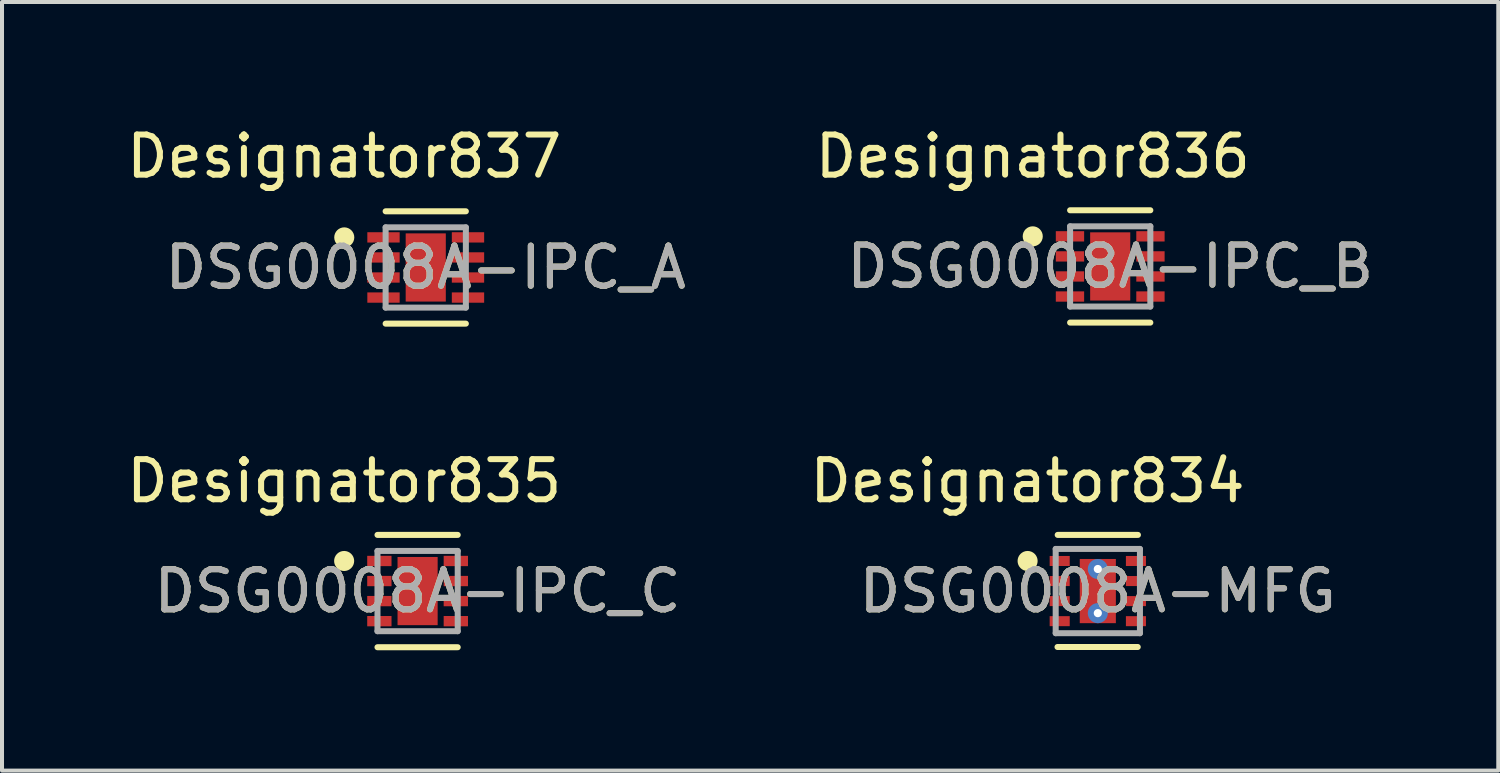
<source format=kicad_pcb>
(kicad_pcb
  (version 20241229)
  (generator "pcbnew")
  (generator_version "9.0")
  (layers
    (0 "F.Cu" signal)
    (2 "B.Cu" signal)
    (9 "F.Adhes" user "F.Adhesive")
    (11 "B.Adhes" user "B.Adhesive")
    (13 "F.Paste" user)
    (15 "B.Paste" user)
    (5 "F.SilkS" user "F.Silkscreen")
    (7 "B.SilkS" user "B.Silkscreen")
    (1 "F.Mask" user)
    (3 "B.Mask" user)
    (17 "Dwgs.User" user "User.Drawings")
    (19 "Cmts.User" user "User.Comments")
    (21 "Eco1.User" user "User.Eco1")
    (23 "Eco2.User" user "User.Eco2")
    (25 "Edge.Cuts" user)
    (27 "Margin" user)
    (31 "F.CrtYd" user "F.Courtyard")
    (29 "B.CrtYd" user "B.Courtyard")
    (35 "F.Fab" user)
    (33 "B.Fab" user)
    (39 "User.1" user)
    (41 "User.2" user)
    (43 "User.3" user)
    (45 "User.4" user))
  (footprint "DSG0008A-MFG"
    (layer "F.Cu")
    (at 24.314 11.683)
    (property "Reference" "DSG0008A-MFG" (at 0 0 0) (unlocked yes) (layer "F.SilkS") (effects (font (size 1 1) (thickness 0.15))))
    (attr smd)
    (fp_line (start -1.005 1.394) (end 0.995 1.394) (stroke (width 0.15) (type solid)) (layer "F.SilkS"))
    (fp_line (start -1 -1.4) (end 1 -1.4) (stroke (width 0.15) (type solid)) (layer "F.SilkS"))
    (fp_circle (center -1.75 -0.75) (end -1.625 -0.75) (stroke (width 0.25) (type solid)) (fill no) (layer "F.SilkS"))
    (fp_poly (pts (xy -0.45 -0.75) (xy -0.4 -0.8) (xy 0.4 -0.8) (xy 0.45 -0.75) (xy 0.45 -0.15) (xy 0.4 -0.1) (xy -0.4 -0.1) (xy -0.45 -0.15)) (stroke (width 0) (type solid)) (fill yes) (layer "F.Paste"))
    (fp_poly (pts (xy -0.45 0.15) (xy -0.4 0.1) (xy 0.4 0.1) (xy 0.45 0.15) (xy 0.45 0.75) (xy 0.4 0.8) (xy -0.4 0.8) (xy -0.45 0.75)) (stroke (width 0) (type solid)) (fill yes) (layer "F.Paste"))
    (fp_line (start -1.05 -1.05) (end 1.05 -1.05) (stroke (width 0.15) (type solid)) (layer "F.Fab"))
    (fp_line (start -1.05 1.05) (end -1.05 -1.05) (stroke (width 0.15) (type solid)) (layer "F.Fab"))
    (fp_line (start -1.05 1.05) (end 1.05 1.05) (stroke (width 0.15) (type solid)) (layer "F.Fab"))
    (fp_line (start 1.05 1.05) (end 1.05 -1.05) (stroke (width 0.15) (type solid)) (layer "F.Fab"))
    (fp_text user "Designator834" (at -1.753 -2.743 0) (unlocked yes) (layer "F.SilkS") (effects (font (size 1 1) (thickness 0.15))))
    (fp_text user "${REFERENCE}" (at 0 0 0) (unlocked yes) (layer "F.Fab") (effects (font (size 1 1) (thickness 0.15))))
    (pad "1" smd rect (at -0.95 -0.75) (size 0.5 0.25) (layers "F.Cu" "F.Mask" "F.Paste"))
    (pad "2" smd rect (at -0.95 -0.25) (size 0.5 0.25) (layers "F.Cu" "F.Mask" "F.Paste"))
    (pad "3" smd rect (at -0.95 0.25) (size 0.5 0.25) (layers "F.Cu" "F.Mask" "F.Paste"))
    (pad "4" smd rect (at -0.95 0.75) (size 0.5 0.25) (layers "F.Cu" "F.Mask" "F.Paste"))
    (pad "5" smd rect (at 0.95 0.75) (size 0.5 0.25) (layers "F.Cu" "F.Mask" "F.Paste"))
    (pad "6" smd rect (at 0.95 0.25) (size 0.5 0.25) (layers "F.Cu" "F.Mask" "F.Paste"))
    (pad "7" smd rect (at 0.95 -0.25) (size 0.5 0.25) (layers "F.Cu" "F.Mask" "F.Paste"))
    (pad "8" smd rect (at 0.95 -0.75) (size 0.5 0.25) (layers "F.Cu" "F.Mask" "F.Paste"))
    (pad "9" smd rect (at 0 0) (size 0.9 1.6) (layers "F.Cu" "F.Mask"))
    (pad "10" thru_hole circle (at 0 0.55) (size 0.5 0.5) (drill 0.203) (layers "*.Cu" "*.Mask"))
    (pad "11" thru_hole circle (at 0 -0.55) (size 0.5 0.5) (drill 0.203) (layers "*.Cu" "*.Mask")))
  (footprint "DSG0008A-IPC_A"
    (layer "F.Cu")
    (at 7.562 3.617)
    (property "Reference" "DSG0008A-IPC_A" (at 0 0 0) (unlocked yes) (layer "F.SilkS") (effects (font (size 1 1) (thickness 0.15))))
    (attr smd)
    (fp_line (start -1 -1.4) (end 1 -1.4) (stroke (width 0.15) (type solid)) (layer "F.SilkS"))
    (fp_line (start -1 1.4) (end 1 1.4) (stroke (width 0.15) (type solid)) (layer "F.SilkS"))
    (fp_circle (center -2.031 -0.75) (end -1.906 -0.75) (stroke (width 0.25) (type solid)) (fill no) (layer "F.SilkS"))
    (fp_poly (pts (xy -0.273 0.623) (xy 0.273 0.623) (xy 0.273 -0.623) (xy -0.273 -0.623)) (stroke (width 0) (type solid)) (fill yes) (layer "F.Paste"))
    (fp_line (start -1 -1) (end 1 -1) (stroke (width 0.15) (type solid)) (layer "F.Fab"))
    (fp_line (start -1 1) (end -1 -1) (stroke (width 0.15) (type solid)) (layer "F.Fab"))
    (fp_line (start -1 1) (end 1 1) (stroke (width 0.15) (type solid)) (layer "F.Fab"))
    (fp_line (start 1 1) (end 1 -1) (stroke (width 0.15) (type solid)) (layer "F.Fab"))
    (fp_text user "Designator837" (at -2.032 -2.769 0) (unlocked yes) (layer "F.SilkS") (effects (font (size 1 1) (thickness 0.15))))
    (fp_text user "${REFERENCE}" (at 0 0 0) (unlocked yes) (layer "F.Fab") (effects (font (size 1 1) (thickness 0.15))))
    (pad "1" smd rect (at -1.053 -0.75) (size 0.806 0.257) (layers "F.Cu" "F.Mask" "F.Paste"))
    (pad "2" smd rect (at -1.053 -0.25) (size 0.806 0.257) (layers "F.Cu" "F.Mask" "F.Paste"))
    (pad "3" smd rect (at -1.053 0.25) (size 0.806 0.257) (layers "F.Cu" "F.Mask" "F.Paste"))
    (pad "4" smd rect (at -1.053 0.75) (size 0.806 0.257) (layers "F.Cu" "F.Mask" "F.Paste"))
    (pad "5" smd rect (at 1.053 0.75) (size 0.806 0.257) (layers "F.Cu" "F.Mask" "F.Paste"))
    (pad "6" smd rect (at 1.053 0.25) (size 0.806 0.257) (layers "F.Cu" "F.Mask" "F.Paste"))
    (pad "7" smd rect (at 1.053 -0.25) (size 0.806 0.257) (layers "F.Cu" "F.Mask" "F.Paste"))
    (pad "8" smd rect (at 1.053 -0.75) (size 0.806 0.257) (layers "F.Cu" "F.Mask" "F.Paste"))
    (pad "9" smd rect (at 0 0) (size 1 1.7) (layers "F.Cu" "F.Mask")))
  (footprint "DSG0008A-IPC_B"
    (layer "F.Cu")
    (at 24.623 3.591)
    (property "Reference" "DSG0008A-IPC_B" (at 0 0 0) (unlocked yes) (layer "F.SilkS") (effects (font (size 1 1) (thickness 0.15))))
    (attr smd)
    (fp_line (start -1 -1.4) (end 1 -1.4) (stroke (width 0.15) (type solid)) (layer "F.SilkS"))
    (fp_line (start -1 1.4) (end 1 1.4) (stroke (width 0.15) (type solid)) (layer "F.SilkS"))
    (fp_circle (center -1.931 -0.75) (end -1.806 -0.75) (stroke (width 0.25) (type solid)) (fill no) (layer "F.SilkS"))
    (fp_poly (pts (xy -0.273 0.623) (xy 0.273 0.623) (xy 0.273 -0.623) (xy -0.273 -0.623)) (stroke (width 0) (type solid)) (fill yes) (layer "F.Paste"))
    (fp_line (start -1 -1) (end 1 -1) (stroke (width 0.15) (type solid)) (layer "F.Fab"))
    (fp_line (start -1 1) (end -1 -1) (stroke (width 0.15) (type solid)) (layer "F.Fab"))
    (fp_line (start -1 1) (end 1 1) (stroke (width 0.15) (type solid)) (layer "F.Fab"))
    (fp_line (start 1 1) (end 1 -1) (stroke (width 0.15) (type solid)) (layer "F.Fab"))
    (fp_text user "Designator836" (at -1.93 -2.743 0) (unlocked yes) (layer "F.SilkS") (effects (font (size 1 1) (thickness 0.15))))
    (fp_text user "${REFERENCE}" (at 0 0 0) (unlocked yes) (layer "F.Fab") (effects (font (size 1 1) (thickness 0.15))))
    (pad "1" smd rect (at -1.003 -0.75) (size 0.706 0.257) (layers "F.Cu" "F.Mask" "F.Paste"))
    (pad "2" smd rect (at -1.003 -0.25) (size 0.706 0.257) (layers "F.Cu" "F.Mask" "F.Paste"))
    (pad "3" smd rect (at -1.003 0.25) (size 0.706 0.257) (layers "F.Cu" "F.Mask" "F.Paste"))
    (pad "4" smd rect (at -1.003 0.75) (size 0.706 0.257) (layers "F.Cu" "F.Mask" "F.Paste"))
    (pad "5" smd rect (at 1.003 0.75) (size 0.706 0.257) (layers "F.Cu" "F.Mask" "F.Paste"))
    (pad "6" smd rect (at 1.003 0.25) (size 0.706 0.257) (layers "F.Cu" "F.Mask" "F.Paste"))
    (pad "7" smd rect (at 1.003 -0.25) (size 0.706 0.257) (layers "F.Cu" "F.Mask" "F.Paste"))
    (pad "8" smd rect (at 1.003 -0.75) (size 0.706 0.257) (layers "F.Cu" "F.Mask" "F.Paste"))
    (pad "9" smd rect (at 0 0) (size 1 1.7) (layers "F.Cu" "F.Mask")))
  (footprint "DSG0008A-IPC_C"
    (layer "F.Cu")
    (at 7.359 11.683)
    (property "Reference" "DSG0008A-IPC_C" (at 0 0 0) (unlocked yes) (layer "F.SilkS") (effects (font (size 1 1) (thickness 0.15))))
    (attr smd)
    (fp_line (start -1 -1.4) (end 1 -1.4) (stroke (width 0.15) (type solid)) (layer "F.SilkS"))
    (fp_line (start -1 1.4) (end 1 1.4) (stroke (width 0.15) (type solid)) (layer "F.SilkS"))
    (fp_circle (center -1.831 -0.75) (end -1.706 -0.75) (stroke (width 0.25) (type solid)) (fill no) (layer "F.SilkS"))
    (fp_poly (pts (xy -0.273 0.623) (xy 0.273 0.623) (xy 0.273 -0.623) (xy -0.273 -0.623)) (stroke (width 0) (type solid)) (fill yes) (layer "F.Paste"))
    (fp_line (start -1 -1) (end 1 -1) (stroke (width 0.15) (type solid)) (layer "F.Fab"))
    (fp_line (start -1 1) (end -1 -1) (stroke (width 0.15) (type solid)) (layer "F.Fab"))
    (fp_line (start -1 1) (end 1 1) (stroke (width 0.15) (type solid)) (layer "F.Fab"))
    (fp_line (start 1 1) (end 1 -1) (stroke (width 0.15) (type solid)) (layer "F.Fab"))
    (fp_text user "Designator835" (at -1.829 -2.743 0) (unlocked yes) (layer "F.SilkS") (effects (font (size 1 1) (thickness 0.15))))
    (fp_text user "${REFERENCE}" (at 0 0 0) (unlocked yes) (layer "F.Fab") (effects (font (size 1 1) (thickness 0.15))))
    (pad "1" smd rect (at -0.953 -0.75) (size 0.606 0.257) (layers "F.Cu" "F.Mask" "F.Paste"))
    (pad "2" smd rect (at -0.953 -0.25) (size 0.606 0.257) (layers "F.Cu" "F.Mask" "F.Paste"))
    (pad "3" smd rect (at -0.953 0.25) (size 0.606 0.257) (layers "F.Cu" "F.Mask" "F.Paste"))
    (pad "4" smd rect (at -0.953 0.75) (size 0.606 0.257) (layers "F.Cu" "F.Mask" "F.Paste"))
    (pad "5" smd rect (at 0.953 0.75) (size 0.606 0.257) (layers "F.Cu" "F.Mask" "F.Paste"))
    (pad "6" smd rect (at 0.953 0.25) (size 0.606 0.257) (layers "F.Cu" "F.Mask" "F.Paste"))
    (pad "7" smd rect (at 0.953 -0.25) (size 0.606 0.257) (layers "F.Cu" "F.Mask" "F.Paste"))
    (pad "8" smd rect (at 0.953 -0.75) (size 0.606 0.257) (layers "F.Cu" "F.Mask" "F.Paste"))
    (pad "9" smd rect (at 0 0) (size 1 1.7) (layers "F.Cu" "F.Mask")))
  (gr_rect
    (start -3 -3)
    (end 34.296 16.158)
    (stroke (width 0.1) (type default))
    (fill no)
    (layer "Edge.Cuts")))
</source>
